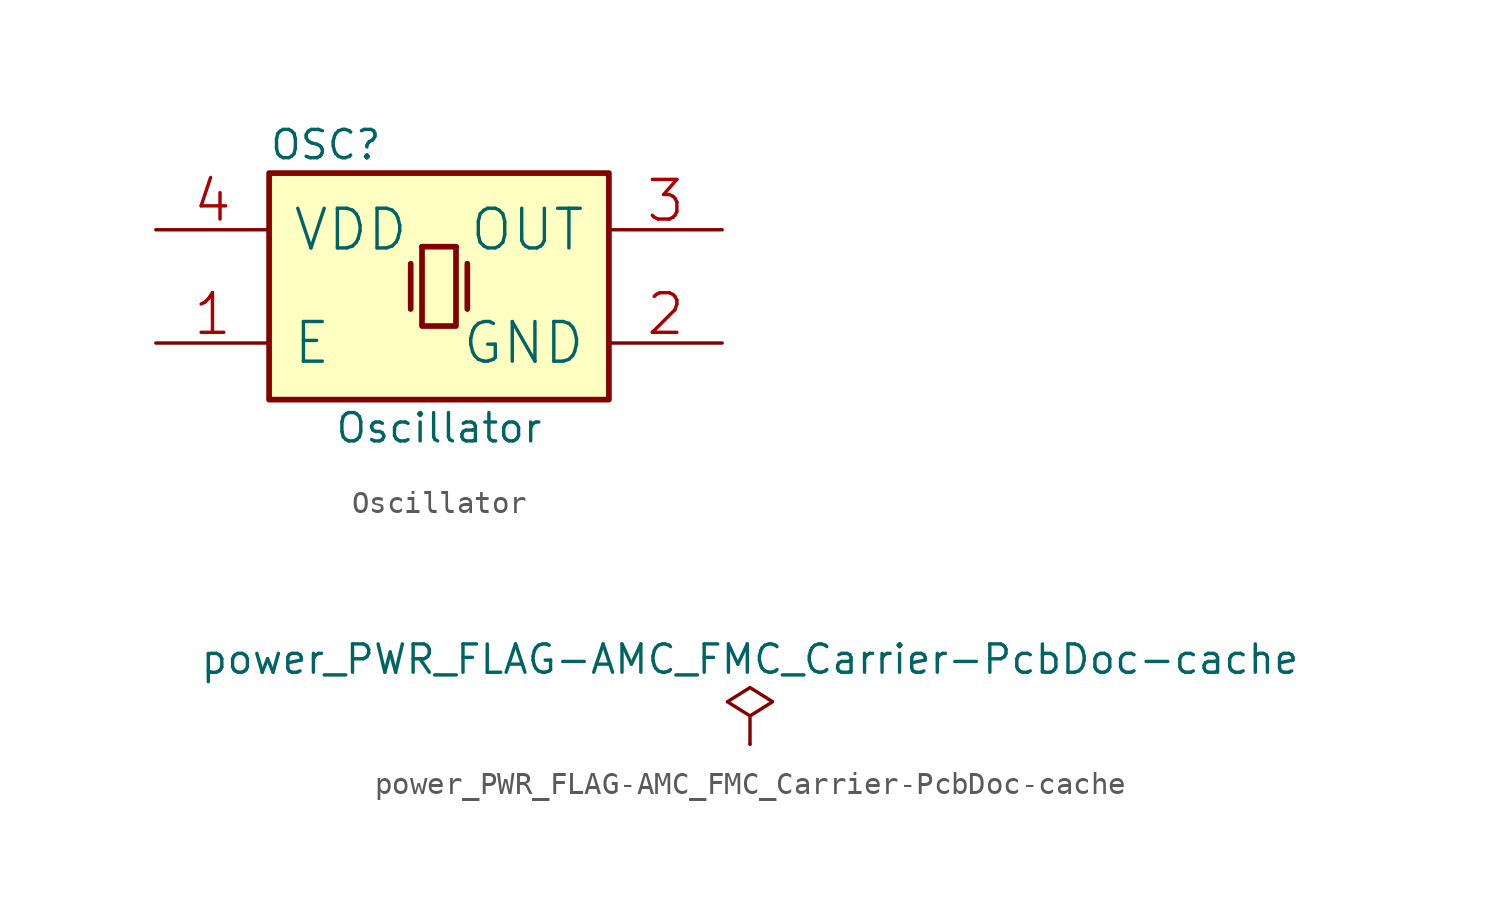
<source format=kicad_sym>
(kicad_symbol_lib
  (version 20211014)
  (generator kicad_symbol_editor)
  (symbol "Oscillator"
    (pin_names
      (offset 1.016))
    (property "Reference" "OSC"
      (at 2.54 1.27 0)
      (effects (font (size 1.27 1.27))))
    (property "Value" "Oscillator"
      (at 7.62 -11.43 0)
      (effects (font (size 1.27 1.27))))
    (symbol "Oscillator_1_1"
      (rectangle (start 0 -10.16) (end 15.24 0) (stroke (width 0.254) (type default) (color 0 0 0 0)) (fill (type background)))
      (polyline (pts (xy 6.35 -4.064) (xy 6.35 -6.096)) (stroke (width 0.254) (type default) (color 0 0 0 0)) (fill (type none)))
      (polyline (pts (xy 6.858 -3.302) (xy 8.382 -3.302)) (stroke (width 0.254) (type default) (color 0 0 0 0)) (fill (type none)))
      (polyline (pts (xy 8.89 -4.064) (xy 8.89 -6.096)) (stroke (width 0.254) (type default) (color 0 0 0 0)) (fill (type none)))
      (polyline (pts (xy 8.382 -3.302) (xy 8.382 -6.858) (xy 6.858 -6.858) (xy 6.858 -3.302)) (stroke (width 0.254) (type default) (color 0 0 0 0)) (fill (type none)))
      (pin input line (at -5.08 -7.62 0) (length 5.08) (name "E" (effects (font (size 1.778 1.778)))) (number "1" (effects (font (size 1.778 1.778)))))
      (pin power_in line (at 20.32 -7.62 180) (length 5.08) (name "GND" (effects (font (size 1.778 1.778)))) (number "2" (effects (font (size 1.778 1.778)))))
      (pin output line (at 20.32 -2.54 180) (length 5.08) (name "OUT" (effects (font (size 1.778 1.778)))) (number "3" (effects (font (size 1.778 1.778)))))
      (pin power_in line (at -5.08 -2.54 0) (length 5.08) (name "VDD" (effects (font (size 1.778 1.778)))) (number "4" (effects (font (size 1.778 1.778)))))))
  (symbol "power_PWR_FLAG-AMC_FMC_Carrier-PcbDoc-cache"
    (power)
    (pin_numbers hide)
    (pin_names
      (offset 0) hide)
    (property "Reference" "#FLG"
      (at 0 1.905 0)
      (effects (font (size 1.27 1.27)) hide))
    (property "Value" "power_PWR_FLAG-AMC_FMC_Carrier-PcbDoc-cache"
      (at 0 3.81 0)
      (effects (font (size 1.27 1.27))))
    (symbol "power_PWR_FLAG-AMC_FMC_Carrier-PcbDoc-cache_0_0"
      (pin power_out line (at 0 0 90) (length 0) (name "pwr" (effects (font (size 1.27 1.27)))) (number "1" (effects (font (size 1.27 1.27))))))
    (symbol "power_PWR_FLAG-AMC_FMC_Carrier-PcbDoc-cache_0_1"
      (polyline (pts (xy 0 0) (xy 0 1.27) (xy -1.016 1.905) (xy 0 2.54) (xy 1.016 1.905) (xy 0 1.27)) (stroke (width 0) (type default) (color 0 0 0 0)) (fill (type none))))))
</source>
